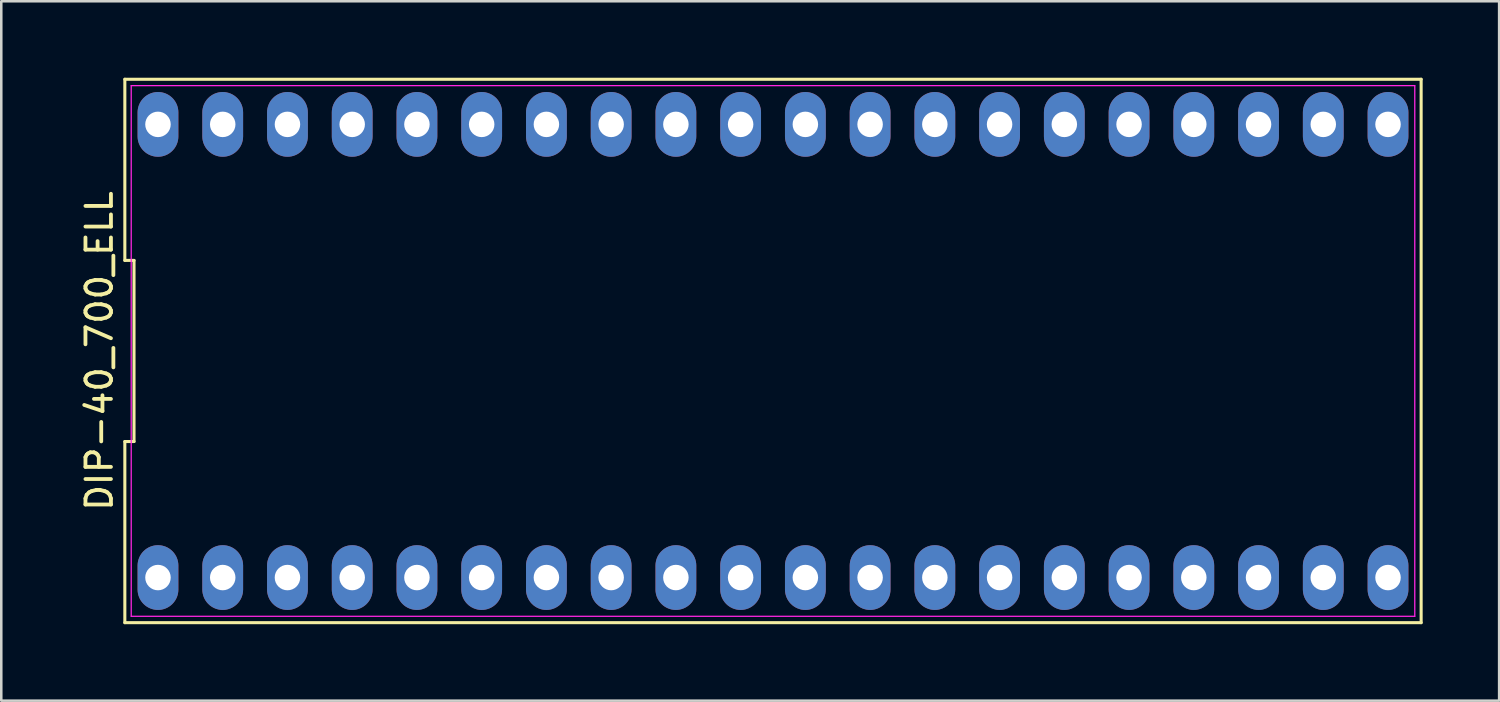
<source format=kicad_pcb>
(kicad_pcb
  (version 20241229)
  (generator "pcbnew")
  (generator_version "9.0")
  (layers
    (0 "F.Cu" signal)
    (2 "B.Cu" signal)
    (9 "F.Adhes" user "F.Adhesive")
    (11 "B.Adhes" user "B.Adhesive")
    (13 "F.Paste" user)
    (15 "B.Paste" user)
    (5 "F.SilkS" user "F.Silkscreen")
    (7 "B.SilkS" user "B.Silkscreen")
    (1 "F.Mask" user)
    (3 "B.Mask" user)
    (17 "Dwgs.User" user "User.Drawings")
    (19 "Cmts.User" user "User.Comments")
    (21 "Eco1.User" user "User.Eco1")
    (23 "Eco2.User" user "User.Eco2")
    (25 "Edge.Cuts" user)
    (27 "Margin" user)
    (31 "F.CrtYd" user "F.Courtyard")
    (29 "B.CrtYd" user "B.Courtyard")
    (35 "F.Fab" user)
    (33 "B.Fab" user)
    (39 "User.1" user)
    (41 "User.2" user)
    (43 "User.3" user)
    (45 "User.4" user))
  (footprint "DIP-40_700_ELL"
    (layer "F.Cu")
    (at 27.278 10.72)
    (property "Reference" "DIP-40_700_ELL" (at -26.43 0 90) (unlocked yes) (layer "F.SilkS") (effects (font (size 1 1) (thickness 0.15))))
    (attr through_hole)
    (fp_line (start -25.43 -10.66) (end -25.43 -3.553) (stroke (width 0.12) (type default)) (layer "F.SilkS"))
    (fp_line (start -25.43 -3.553) (end -25.07 -3.553) (stroke (width 0.12) (type default)) (layer "F.SilkS"))
    (fp_line (start -25.43 3.553) (end -25.43 10.66) (stroke (width 0.12) (type default)) (layer "F.SilkS"))
    (fp_line (start -25.43 10.66) (end 25.43 10.66) (stroke (width 0.12) (type default)) (layer "F.SilkS"))
    (fp_line (start -25.07 -3.553) (end -25.07 3.553) (stroke (width 0.12) (type default)) (layer "F.SilkS"))
    (fp_line (start -25.07 3.553) (end -25.43 3.553) (stroke (width 0.12) (type default)) (layer "F.SilkS"))
    (fp_line (start 25.43 -10.66) (end -25.43 -10.66) (stroke (width 0.12) (type default)) (layer "F.SilkS"))
    (fp_line (start 25.43 10.66) (end 25.43 -10.66) (stroke (width 0.12) (type default)) (layer "F.SilkS"))
    (fp_line (start -25.18 -10.41) (end 25.18 -10.41) (stroke (width 0.05) (type default)) (layer "F.CrtYd"))
    (fp_line (start -25.18 10.41) (end -25.18 -10.41) (stroke (width 0.05) (type default)) (layer "F.CrtYd"))
    (fp_line (start 25.18 -10.41) (end 25.18 10.41) (stroke (width 0.05) (type default)) (layer "F.CrtYd"))
    (fp_line (start 25.18 10.41) (end -25.18 10.41) (stroke (width 0.05) (type default)) (layer "F.CrtYd"))
    (pad "1" thru_hole oval (at -24.13 8.89) (size 1.6 2.54) (drill 1) (layers "*.Cu" "*.Mask"))
    (pad "2" thru_hole oval (at -21.59 8.89) (size 1.6 2.54) (drill 1) (layers "*.Cu" "*.Mask"))
    (pad "3" thru_hole oval (at -19.05 8.89) (size 1.6 2.54) (drill 1) (layers "*.Cu" "*.Mask"))
    (pad "4" thru_hole oval (at -16.51 8.89) (size 1.6 2.54) (drill 1) (layers "*.Cu" "*.Mask"))
    (pad "5" thru_hole oval (at -13.97 8.89) (size 1.6 2.54) (drill 1) (layers "*.Cu" "*.Mask"))
    (pad "6" thru_hole oval (at -11.43 8.89) (size 1.6 2.54) (drill 1) (layers "*.Cu" "*.Mask"))
    (pad "7" thru_hole oval (at -8.89 8.89) (size 1.6 2.54) (drill 1) (layers "*.Cu" "*.Mask"))
    (pad "8" thru_hole oval (at -6.35 8.89) (size 1.6 2.54) (drill 1) (layers "*.Cu" "*.Mask"))
    (pad "9" thru_hole oval (at -3.81 8.89) (size 1.6 2.54) (drill 1) (layers "*.Cu" "*.Mask"))
    (pad "10" thru_hole oval (at -1.27 8.89) (size 1.6 2.54) (drill 1) (layers "*.Cu" "*.Mask"))
    (pad "11" thru_hole oval (at 1.27 8.89) (size 1.6 2.54) (drill 1) (layers "*.Cu" "*.Mask"))
    (pad "12" thru_hole oval (at 3.81 8.89) (size 1.6 2.54) (drill 1) (layers "*.Cu" "*.Mask"))
    (pad "13" thru_hole oval (at 6.35 8.89) (size 1.6 2.54) (drill 1) (layers "*.Cu" "*.Mask"))
    (pad "14" thru_hole oval (at 8.89 8.89) (size 1.6 2.54) (drill 1) (layers "*.Cu" "*.Mask"))
    (pad "15" thru_hole oval (at 11.43 8.89) (size 1.6 2.54) (drill 1) (layers "*.Cu" "*.Mask"))
    (pad "16" thru_hole oval (at 13.97 8.89) (size 1.6 2.54) (drill 1) (layers "*.Cu" "*.Mask"))
    (pad "17" thru_hole oval (at 16.51 8.89) (size 1.6 2.54) (drill 1) (layers "*.Cu" "*.Mask"))
    (pad "18" thru_hole oval (at 19.05 8.89) (size 1.6 2.54) (drill 1) (layers "*.Cu" "*.Mask"))
    (pad "19" thru_hole oval (at 21.59 8.89) (size 1.6 2.54) (drill 1) (layers "*.Cu" "*.Mask"))
    (pad "20" thru_hole oval (at 24.13 8.89) (size 1.6 2.54) (drill 1) (layers "*.Cu" "*.Mask"))
    (pad "21" thru_hole oval (at 24.13 -8.89) (size 1.6 2.54) (drill 1) (layers "*.Cu" "*.Mask"))
    (pad "22" thru_hole oval (at 21.59 -8.89) (size 1.6 2.54) (drill 1) (layers "*.Cu" "*.Mask"))
    (pad "23" thru_hole oval (at 19.05 -8.89) (size 1.6 2.54) (drill 1) (layers "*.Cu" "*.Mask"))
    (pad "24" thru_hole oval (at 16.51 -8.89) (size 1.6 2.54) (drill 1) (layers "*.Cu" "*.Mask"))
    (pad "25" thru_hole oval (at 13.97 -8.89) (size 1.6 2.54) (drill 1) (layers "*.Cu" "*.Mask"))
    (pad "26" thru_hole oval (at 11.43 -8.89) (size 1.6 2.54) (drill 1) (layers "*.Cu" "*.Mask"))
    (pad "27" thru_hole oval (at 8.89 -8.89) (size 1.6 2.54) (drill 1) (layers "*.Cu" "*.Mask"))
    (pad "28" thru_hole oval (at 6.35 -8.89) (size 1.6 2.54) (drill 1) (layers "*.Cu" "*.Mask"))
    (pad "29" thru_hole oval (at 3.81 -8.89) (size 1.6 2.54) (drill 1) (layers "*.Cu" "*.Mask"))
    (pad "30" thru_hole oval (at 1.27 -8.89) (size 1.6 2.54) (drill 1) (layers "*.Cu" "*.Mask"))
    (pad "31" thru_hole oval (at -1.27 -8.89) (size 1.6 2.54) (drill 1) (layers "*.Cu" "*.Mask"))
    (pad "32" thru_hole oval (at -3.81 -8.89) (size 1.6 2.54) (drill 1) (layers "*.Cu" "*.Mask"))
    (pad "33" thru_hole oval (at -6.35 -8.89) (size 1.6 2.54) (drill 1) (layers "*.Cu" "*.Mask"))
    (pad "34" thru_hole oval (at -8.89 -8.89) (size 1.6 2.54) (drill 1) (layers "*.Cu" "*.Mask"))
    (pad "35" thru_hole oval (at -11.43 -8.89) (size 1.6 2.54) (drill 1) (layers "*.Cu" "*.Mask"))
    (pad "36" thru_hole oval (at -13.97 -8.89) (size 1.6 2.54) (drill 1) (layers "*.Cu" "*.Mask"))
    (pad "37" thru_hole oval (at -16.51 -8.89) (size 1.6 2.54) (drill 1) (layers "*.Cu" "*.Mask"))
    (pad "38" thru_hole oval (at -19.05 -8.89) (size 1.6 2.54) (drill 1) (layers "*.Cu" "*.Mask"))
    (pad "39" thru_hole oval (at -21.59 -8.89) (size 1.6 2.54) (drill 1) (layers "*.Cu" "*.Mask"))
    (pad "40" thru_hole oval (at -24.13 -8.89) (size 1.6 2.54) (drill 1) (layers "*.Cu" "*.Mask")))
  (gr_rect
    (start -3 -3)
    (end 55.768 24.44)
    (stroke (width 0.1) (type default))
    (fill no)
    (layer "Edge.Cuts")))
</source>
